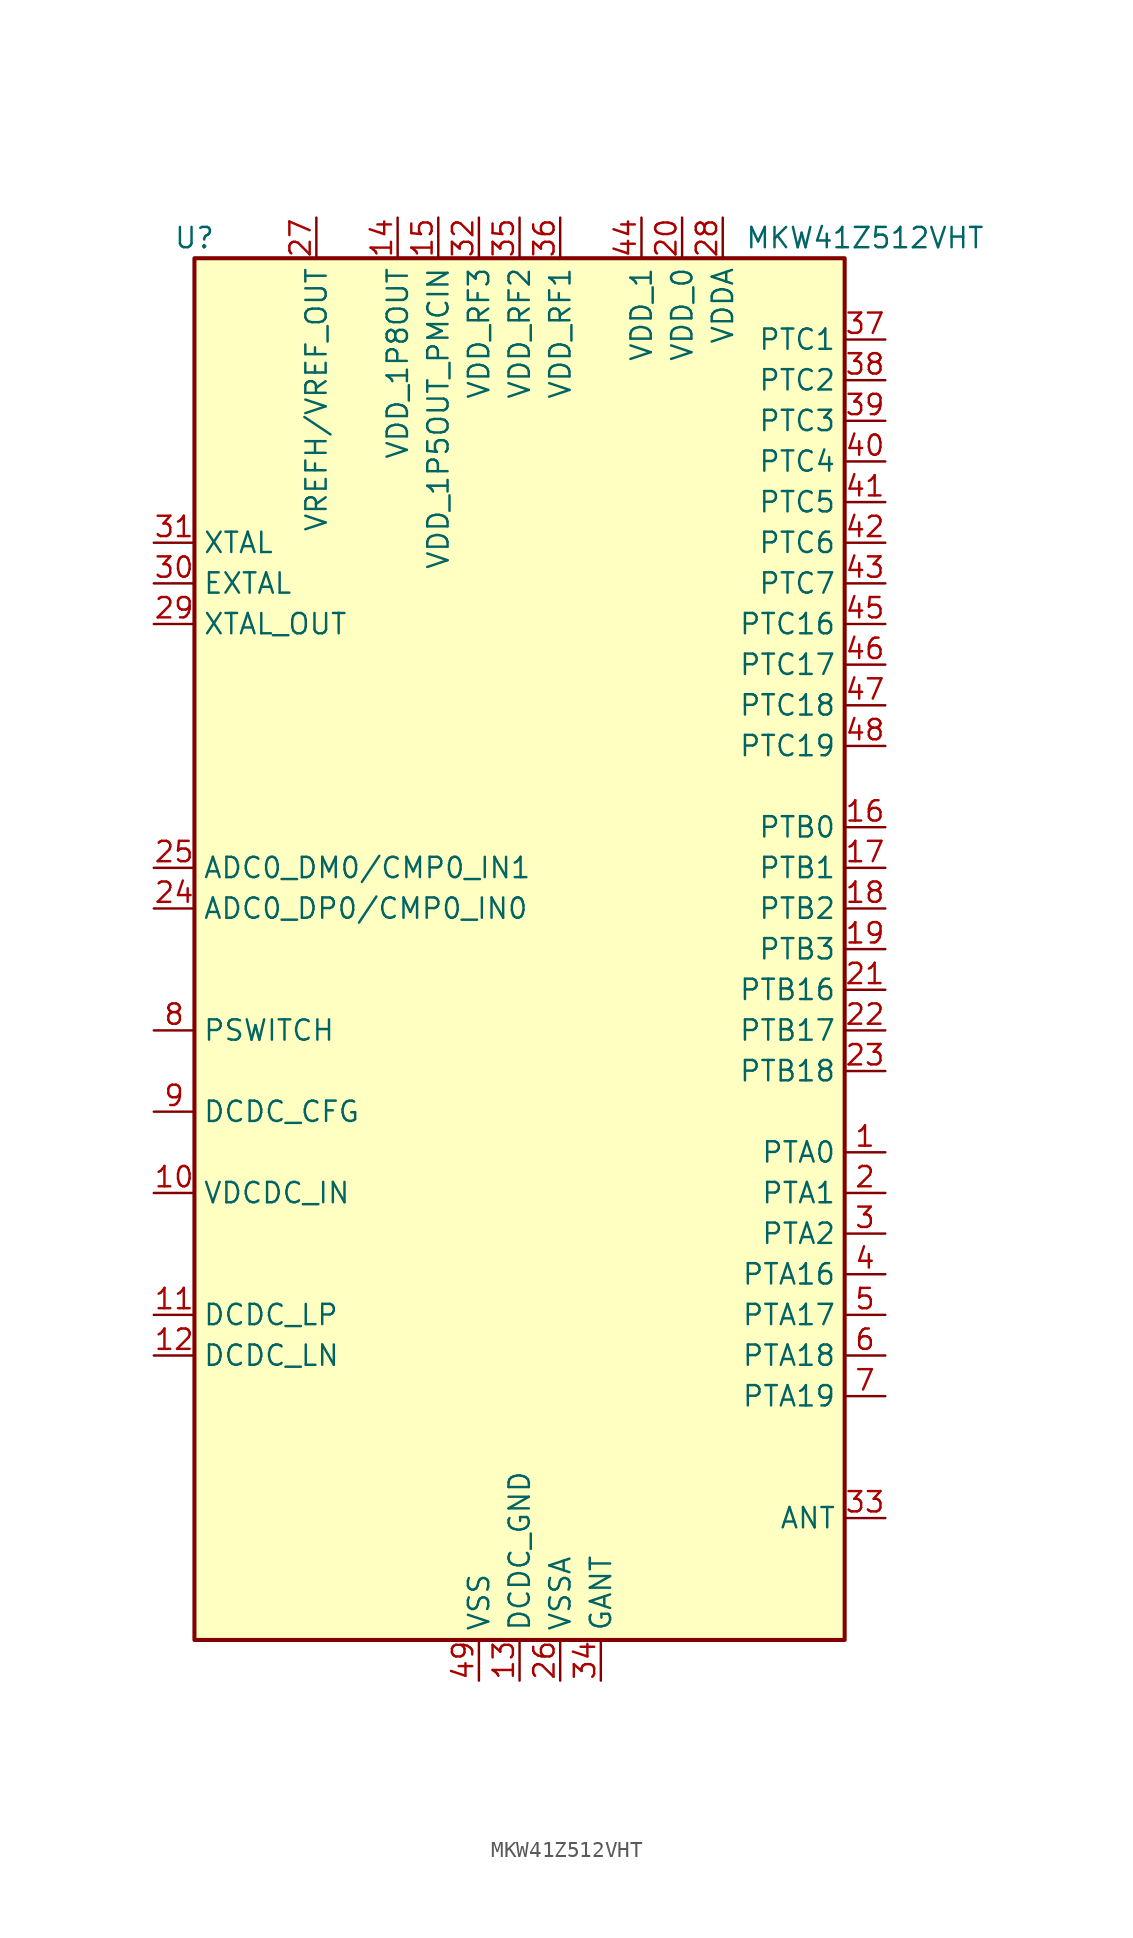
<source format=kicad_sym>
(kicad_symbol_lib
  (version 20231120)
  (generator "kicad_symbol_editor")
  (generator_version "8.0")
  (symbol "MKW41Z512VHT"
    (property "Reference" "U"
      (at -20.32 44.45 0)
      (effects (font (size 1.27 1.27))))
    (property "Value" "MKW41Z512VHT"
      (at 21.59 44.45 0)
      (effects (font (size 1.27 1.27))))
    (symbol "MKW41Z512VHT_0_0"
      (pin bidirectional line (at 22.86 -12.7 180) (length 2.54) (name "PTA0" (effects (font (size 1.27 1.27)))) (number "1" (effects (font (size 1.27 1.27)))))
      (pin power_in line (at -22.86 -15.24 0) (length 2.54) (name "VDCDC_IN" (effects (font (size 1.27 1.27)))) (number "10" (effects (font (size 1.27 1.27)))))
      (pin passive line (at -22.86 -22.86 0) (length 2.54) (name "DCDC_LP" (effects (font (size 1.27 1.27)))) (number "11" (effects (font (size 1.27 1.27)))))
      (pin passive line (at -22.86 -25.4 0) (length 2.54) (name "DCDC_LN" (effects (font (size 1.27 1.27)))) (number "12" (effects (font (size 1.27 1.27)))))
      (pin power_in line (at 0 -45.72 90) (length 2.54) (name "DCDC_GND" (effects (font (size 1.27 1.27)))) (number "13" (effects (font (size 1.27 1.27)))))
      (pin power_out line (at -7.62 45.72 270) (length 2.54) (name "VDD_1P8OUT" (effects (font (size 1.27 1.27)))) (number "14" (effects (font (size 1.27 1.27)))))
      (pin power_out line (at -5.08 45.72 270) (length 2.54) (name "VDD_1P5OUT_PMCIN" (effects (font (size 1.27 1.27)))) (number "15" (effects (font (size 1.27 1.27)))))
      (pin bidirectional line (at 22.86 7.62 180) (length 2.54) (name "PTB0" (effects (font (size 1.27 1.27)))) (number "16" (effects (font (size 1.27 1.27)))))
      (pin bidirectional line (at 22.86 5.08 180) (length 2.54) (name "PTB1" (effects (font (size 1.27 1.27)))) (number "17" (effects (font (size 1.27 1.27)))))
      (pin bidirectional line (at 22.86 2.54 180) (length 2.54) (name "PTB2" (effects (font (size 1.27 1.27)))) (number "18" (effects (font (size 1.27 1.27)))))
      (pin bidirectional line (at 22.86 0 180) (length 2.54) (name "PTB3" (effects (font (size 1.27 1.27)))) (number "19" (effects (font (size 1.27 1.27)))))
      (pin bidirectional line (at 22.86 -15.24 180) (length 2.54) (name "PTA1" (effects (font (size 1.27 1.27)))) (number "2" (effects (font (size 1.27 1.27)))))
      (pin power_in line (at 10.16 45.72 270) (length 2.54) (name "VDD_0" (effects (font (size 1.27 1.27)))) (number "20" (effects (font (size 1.27 1.27)))))
      (pin bidirectional line (at 22.86 -2.54 180) (length 2.54) (name "PTB16" (effects (font (size 1.27 1.27)))) (number "21" (effects (font (size 1.27 1.27)))))
      (pin bidirectional line (at 22.86 -5.08 180) (length 2.54) (name "PTB17" (effects (font (size 1.27 1.27)))) (number "22" (effects (font (size 1.27 1.27)))))
      (pin bidirectional line (at 22.86 -7.62 180) (length 2.54) (name "PTB18" (effects (font (size 1.27 1.27)))) (number "23" (effects (font (size 1.27 1.27)))))
      (pin input line (at -22.86 2.54 0) (length 2.54) (name "ADC0_DP0/CMP0_IN0" (effects (font (size 1.27 1.27)))) (number "24" (effects (font (size 1.27 1.27)))))
      (pin input line (at -22.86 5.08 0) (length 2.54) (name "ADC0_DM0/CMP0_IN1" (effects (font (size 1.27 1.27)))) (number "25" (effects (font (size 1.27 1.27)))))
      (pin power_in line (at 2.54 -45.72 90) (length 2.54) (name "VSSA" (effects (font (size 1.27 1.27)))) (number "26" (effects (font (size 1.27 1.27)))))
      (pin bidirectional line (at -12.7 45.72 270) (length 2.54) (name "VREFH/VREF_OUT" (effects (font (size 1.27 1.27)))) (number "27" (effects (font (size 1.27 1.27)))))
      (pin power_in line (at 12.7 45.72 270) (length 2.54) (name "VDDA" (effects (font (size 1.27 1.27)))) (number "28" (effects (font (size 1.27 1.27)))))
      (pin output line (at -22.86 20.32 0) (length 2.54) (name "XTAL_OUT" (effects (font (size 1.27 1.27)))) (number "29" (effects (font (size 1.27 1.27)))))
      (pin bidirectional line (at 22.86 -17.78 180) (length 2.54) (name "PTA2" (effects (font (size 1.27 1.27)))) (number "3" (effects (font (size 1.27 1.27)))))
      (pin input line (at -22.86 22.86 0) (length 2.54) (name "EXTAL" (effects (font (size 1.27 1.27)))) (number "30" (effects (font (size 1.27 1.27)))))
      (pin input line (at -22.86 25.4 0) (length 2.54) (name "XTAL" (effects (font (size 1.27 1.27)))) (number "31" (effects (font (size 1.27 1.27)))))
      (pin power_in line (at -2.54 45.72 270) (length 2.54) (name "VDD_RF3" (effects (font (size 1.27 1.27)))) (number "32" (effects (font (size 1.27 1.27)))))
      (pin passive line (at 22.86 -35.56 180) (length 2.54) (name "ANT" (effects (font (size 1.27 1.27)))) (number "33" (effects (font (size 1.27 1.27)))))
      (pin power_in line (at 5.08 -45.72 90) (length 2.54) (name "GANT" (effects (font (size 1.27 1.27)))) (number "34" (effects (font (size 1.27 1.27)))))
      (pin power_in line (at 0 45.72 270) (length 2.54) (name "VDD_RF2" (effects (font (size 1.27 1.27)))) (number "35" (effects (font (size 1.27 1.27)))))
      (pin power_in line (at 2.54 45.72 270) (length 2.54) (name "VDD_RF1" (effects (font (size 1.27 1.27)))) (number "36" (effects (font (size 1.27 1.27)))))
      (pin bidirectional line (at 22.86 38.1 180) (length 2.54) (name "PTC1" (effects (font (size 1.27 1.27)))) (number "37" (effects (font (size 1.27 1.27)))))
      (pin bidirectional line (at 22.86 35.56 180) (length 2.54) (name "PTC2" (effects (font (size 1.27 1.27)))) (number "38" (effects (font (size 1.27 1.27)))))
      (pin bidirectional line (at 22.86 33.02 180) (length 2.54) (name "PTC3" (effects (font (size 1.27 1.27)))) (number "39" (effects (font (size 1.27 1.27)))))
      (pin bidirectional line (at 22.86 -20.32 180) (length 2.54) (name "PTA16" (effects (font (size 1.27 1.27)))) (number "4" (effects (font (size 1.27 1.27)))))
      (pin bidirectional line (at 22.86 30.48 180) (length 2.54) (name "PTC4" (effects (font (size 1.27 1.27)))) (number "40" (effects (font (size 1.27 1.27)))))
      (pin bidirectional line (at 22.86 27.94 180) (length 2.54) (name "PTC5" (effects (font (size 1.27 1.27)))) (number "41" (effects (font (size 1.27 1.27)))))
      (pin bidirectional line (at 22.86 25.4 180) (length 2.54) (name "PTC6" (effects (font (size 1.27 1.27)))) (number "42" (effects (font (size 1.27 1.27)))))
      (pin bidirectional line (at 22.86 22.86 180) (length 2.54) (name "PTC7" (effects (font (size 1.27 1.27)))) (number "43" (effects (font (size 1.27 1.27)))))
      (pin power_in line (at 7.62 45.72 270) (length 2.54) (name "VDD_1" (effects (font (size 1.27 1.27)))) (number "44" (effects (font (size 1.27 1.27)))))
      (pin bidirectional line (at 22.86 20.32 180) (length 2.54) (name "PTC16" (effects (font (size 1.27 1.27)))) (number "45" (effects (font (size 1.27 1.27)))))
      (pin bidirectional line (at 22.86 17.78 180) (length 2.54) (name "PTC17" (effects (font (size 1.27 1.27)))) (number "46" (effects (font (size 1.27 1.27)))))
      (pin bidirectional line (at 22.86 15.24 180) (length 2.54) (name "PTC18" (effects (font (size 1.27 1.27)))) (number "47" (effects (font (size 1.27 1.27)))))
      (pin bidirectional line (at 22.86 12.7 180) (length 2.54) (name "PTC19" (effects (font (size 1.27 1.27)))) (number "48" (effects (font (size 1.27 1.27)))))
      (pin power_in line (at -2.54 -45.72 90) (length 2.54) (name "VSS" (effects (font (size 1.27 1.27)))) (number "49" (effects (font (size 1.27 1.27)))))
      (pin bidirectional line (at 22.86 -22.86 180) (length 2.54) (name "PTA17" (effects (font (size 1.27 1.27)))) (number "5" (effects (font (size 1.27 1.27)))))
      (pin bidirectional line (at 22.86 -25.4 180) (length 2.54) (name "PTA18" (effects (font (size 1.27 1.27)))) (number "6" (effects (font (size 1.27 1.27)))))
      (pin bidirectional line (at 22.86 -27.94 180) (length 2.54) (name "PTA19" (effects (font (size 1.27 1.27)))) (number "7" (effects (font (size 1.27 1.27)))))
      (pin input line (at -22.86 -5.08 0) (length 2.54) (name "PSWITCH" (effects (font (size 1.27 1.27)))) (number "8" (effects (font (size 1.27 1.27)))))
      (pin input line (at -22.86 -10.16 0) (length 2.54) (name "DCDC_CFG" (effects (font (size 1.27 1.27)))) (number "9" (effects (font (size 1.27 1.27))))))
    (symbol "MKW41Z512VHT_0_1"
      (rectangle (start -20.32 -43.18) (end 20.32 43.18) (stroke (width 0.254) (type default)) (fill (type background))))))
</source>
